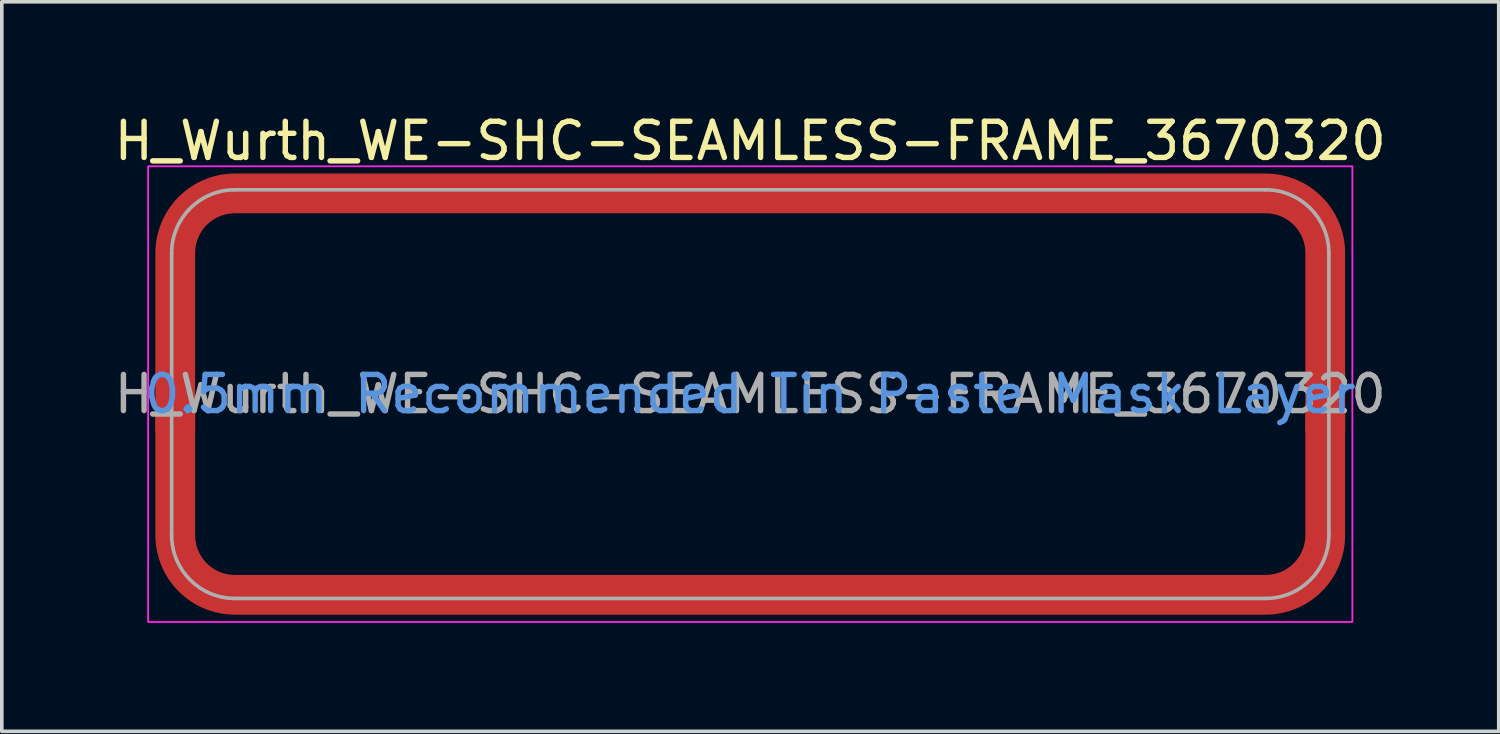
<source format=kicad_pcb>
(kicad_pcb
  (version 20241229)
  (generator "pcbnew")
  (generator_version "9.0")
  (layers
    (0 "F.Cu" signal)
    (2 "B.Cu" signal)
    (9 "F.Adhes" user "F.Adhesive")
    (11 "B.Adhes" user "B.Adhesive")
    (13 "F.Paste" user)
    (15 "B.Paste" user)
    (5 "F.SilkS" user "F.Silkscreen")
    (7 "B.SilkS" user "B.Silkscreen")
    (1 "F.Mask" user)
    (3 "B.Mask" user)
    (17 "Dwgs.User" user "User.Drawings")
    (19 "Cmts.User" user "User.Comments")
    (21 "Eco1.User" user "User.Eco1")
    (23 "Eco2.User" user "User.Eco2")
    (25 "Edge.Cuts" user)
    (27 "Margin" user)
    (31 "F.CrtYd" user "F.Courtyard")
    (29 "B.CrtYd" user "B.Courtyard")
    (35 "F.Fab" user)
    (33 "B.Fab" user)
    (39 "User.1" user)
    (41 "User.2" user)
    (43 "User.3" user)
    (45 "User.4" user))
  (footprint "H_Wurth_WE-SHC-SEAMLESS-FRAME_3670320"
    (layer "F.Cu")
    (at 17.696 7.848)
    (property "Reference" "H_Wurth_WE-SHC-SEAMLESS-FRAME_3670320" (at 0 -7 0) (unlocked yes) (layer "F.SilkS") (effects (font (size 1 1) (thickness 0.15))))
    (attr smd)
    (fp_poly (pts (xy 15.4 0.25) (xy 16.4 0.25) (xy 16.4 3.9) (xy 16.397 4.013) (xy 16.388 4.125) (xy 16.374 4.236) (xy 16.353 4.347) (xy 16.327 4.456) (xy 16.295 4.564) (xy 16.257 4.67) (xy 16.214 4.774) (xy 16.166 4.876) (xy 16.112 4.975) (xy 16.053 5.071) (xy 15.989 5.164) (xy 15.921 5.253) (xy 15.848 5.339) (xy 15.77 5.42) (xy 15.689 5.498) (xy 15.603 5.571) (xy 15.514 5.639) (xy 15.421 5.703) (xy 15.325 5.762) (xy 15.226 5.816) (xy 15.124 5.864) (xy 15.02 5.907) (xy 14.914 5.945) (xy 14.806 5.977) (xy 14.697 6.003) (xy 14.586 6.024) (xy 14.475 6.038) (xy 14.363 6.047) (xy 14.25 6.05) (xy -14.25 6.05) (xy -14.363 6.047) (xy -14.475 6.038) (xy -14.586 6.024) (xy -14.697 6.003) (xy -14.806 5.977) (xy -14.914 5.945) (xy -15.02 5.907) (xy -15.124 5.864) (xy -15.226 5.816) (xy -15.325 5.762) (xy -15.421 5.703) (xy -15.514 5.639) (xy -15.603 5.571) (xy -15.689 5.498) (xy -15.77 5.42) (xy -15.848 5.339) (xy -15.921 5.253) (xy -15.989 5.164) (xy -16.053 5.071) (xy -16.112 4.975) (xy -16.166 4.876) (xy -16.214 4.774) (xy -16.257 4.67) (xy -16.295 4.564) (xy -16.327 4.456) (xy -16.353 4.347) (xy -16.374 4.236) (xy -16.388 4.125) (xy -16.397 4.013) (xy -16.4 3.9) (xy -16.4 0.25) (xy -15.4 0.25) (xy -15.4 3.9) (xy -15.398 3.96) (xy -15.394 4.02) (xy -15.386 4.08) (xy -15.375 4.139) (xy -15.361 4.198) (xy -15.344 4.255) (xy -15.324 4.312) (xy -15.301 4.368) (xy -15.275 4.422) (xy -15.246 4.475) (xy -15.214 4.526) (xy -15.18 4.576) (xy -15.144 4.624) (xy -15.105 4.67) (xy -15.063 4.713) (xy -15.02 4.755) (xy -14.974 4.794) (xy -14.926 4.83) (xy -14.876 4.864) (xy -14.825 4.896) (xy -14.772 4.925) (xy -14.718 4.951) (xy -14.662 4.974) (xy -14.605 4.994) (xy -14.548 5.011) (xy -14.489 5.025) (xy -14.43 5.036) (xy -14.37 5.044) (xy -14.31 5.048) (xy -14.25 5.05) (xy 14.25 5.05) (xy 14.31 5.048) (xy 14.37 5.044) (xy 14.43 5.036) (xy 14.489 5.025) (xy 14.548 5.011) (xy 14.605 4.994) (xy 14.662 4.974) (xy 14.718 4.951) (xy 14.772 4.925) (xy 14.825 4.896) (xy 14.876 4.864) (xy 14.926 4.83) (xy 14.974 4.794) (xy 15.02 4.755) (xy 15.063 4.713) (xy 15.105 4.67) (xy 15.144 4.624) (xy 15.18 4.576) (xy 15.214 4.526) (xy 15.246 4.475) (xy 15.275 4.422) (xy 15.301 4.368) (xy 15.324 4.312) (xy 15.344 4.255) (xy 15.361 4.198) (xy 15.375 4.139) (xy 15.386 4.08) (xy 15.394 4.02) (xy 15.398 3.96) (xy 15.4 3.9) (xy 15.4 0.25)) (stroke (width 0.1) (type solid)) (fill yes) (layer "F.Cu"))
    (fp_poly (pts (xy 15.4 0.25) (xy 16.4 0.25) (xy 16.4 3.9) (xy 16.397 4.013) (xy 16.388 4.125) (xy 16.374 4.236) (xy 16.353 4.347) (xy 16.327 4.456) (xy 16.295 4.564) (xy 16.257 4.67) (xy 16.214 4.774) (xy 16.166 4.876) (xy 16.112 4.975) (xy 16.053 5.071) (xy 15.989 5.164) (xy 15.921 5.253) (xy 15.848 5.339) (xy 15.77 5.42) (xy 15.689 5.498) (xy 15.603 5.571) (xy 15.514 5.639) (xy 15.421 5.703) (xy 15.325 5.762) (xy 15.226 5.816) (xy 15.124 5.864) (xy 15.02 5.907) (xy 14.914 5.945) (xy 14.806 5.977) (xy 14.697 6.003) (xy 14.586 6.024) (xy 14.475 6.038) (xy 14.363 6.047) (xy 14.25 6.05) (xy -14.25 6.05) (xy -14.363 6.047) (xy -14.475 6.038) (xy -14.586 6.024) (xy -14.697 6.003) (xy -14.806 5.977) (xy -14.914 5.945) (xy -15.02 5.907) (xy -15.124 5.864) (xy -15.226 5.816) (xy -15.325 5.762) (xy -15.421 5.703) (xy -15.514 5.639) (xy -15.603 5.571) (xy -15.689 5.498) (xy -15.77 5.42) (xy -15.848 5.339) (xy -15.921 5.253) (xy -15.989 5.164) (xy -16.053 5.071) (xy -16.112 4.975) (xy -16.166 4.876) (xy -16.214 4.774) (xy -16.257 4.67) (xy -16.295 4.564) (xy -16.327 4.456) (xy -16.353 4.347) (xy -16.374 4.236) (xy -16.388 4.125) (xy -16.397 4.013) (xy -16.4 3.9) (xy -16.4 0.25) (xy -15.4 0.25) (xy -15.4 3.9) (xy -15.398 3.96) (xy -15.394 4.02) (xy -15.386 4.08) (xy -15.375 4.139) (xy -15.361 4.198) (xy -15.344 4.255) (xy -15.324 4.312) (xy -15.301 4.368) (xy -15.275 4.422) (xy -15.246 4.475) (xy -15.214 4.526) (xy -15.18 4.576) (xy -15.144 4.624) (xy -15.105 4.67) (xy -15.063 4.713) (xy -15.02 4.755) (xy -14.974 4.794) (xy -14.926 4.83) (xy -14.876 4.864) (xy -14.825 4.896) (xy -14.772 4.925) (xy -14.718 4.951) (xy -14.662 4.974) (xy -14.605 4.994) (xy -14.548 5.011) (xy -14.489 5.025) (xy -14.43 5.036) (xy -14.37 5.044) (xy -14.31 5.048) (xy -14.25 5.05) (xy 14.25 5.05) (xy 14.31 5.048) (xy 14.37 5.044) (xy 14.43 5.036) (xy 14.489 5.025) (xy 14.548 5.011) (xy 14.605 4.994) (xy 14.662 4.974) (xy 14.718 4.951) (xy 14.772 4.925) (xy 14.825 4.896) (xy 14.876 4.864) (xy 14.926 4.83) (xy 14.974 4.794) (xy 15.02 4.755) (xy 15.063 4.713) (xy 15.105 4.67) (xy 15.144 4.624) (xy 15.18 4.576) (xy 15.214 4.526) (xy 15.246 4.475) (xy 15.275 4.422) (xy 15.301 4.368) (xy 15.324 4.312) (xy 15.344 4.255) (xy 15.361 4.198) (xy 15.375 4.139) (xy 15.386 4.08) (xy 15.394 4.02) (xy 15.398 3.96) (xy 15.4 3.9) (xy 15.4 0.25)) (stroke (width 0.1) (type solid)) (fill yes) (layer "F.Mask"))
    (fp_poly (pts (xy 15.4 0.25) (xy 16.4 0.25) (xy 16.4 3.9) (xy 16.397 4.013) (xy 16.388 4.125) (xy 16.374 4.236) (xy 16.353 4.347) (xy 16.327 4.456) (xy 16.295 4.564) (xy 16.257 4.67) (xy 16.214 4.774) (xy 16.166 4.876) (xy 16.112 4.975) (xy 16.053 5.071) (xy 15.989 5.164) (xy 15.921 5.253) (xy 15.848 5.339) (xy 15.77 5.42) (xy 15.689 5.498) (xy 15.603 5.571) (xy 15.514 5.639) (xy 15.421 5.703) (xy 15.325 5.762) (xy 15.226 5.816) (xy 15.124 5.864) (xy 15.02 5.907) (xy 14.914 5.945) (xy 14.806 5.977) (xy 14.697 6.003) (xy 14.586 6.024) (xy 14.475 6.038) (xy 14.363 6.047) (xy 14.25 6.05) (xy -14.25 6.05) (xy -14.363 6.047) (xy -14.475 6.038) (xy -14.586 6.024) (xy -14.697 6.003) (xy -14.806 5.977) (xy -14.914 5.945) (xy -15.02 5.907) (xy -15.124 5.864) (xy -15.226 5.816) (xy -15.325 5.762) (xy -15.421 5.703) (xy -15.514 5.639) (xy -15.603 5.571) (xy -15.689 5.498) (xy -15.77 5.42) (xy -15.848 5.339) (xy -15.921 5.253) (xy -15.989 5.164) (xy -16.053 5.071) (xy -16.112 4.975) (xy -16.166 4.876) (xy -16.214 4.774) (xy -16.257 4.67) (xy -16.295 4.564) (xy -16.327 4.456) (xy -16.353 4.347) (xy -16.374 4.236) (xy -16.388 4.125) (xy -16.397 4.013) (xy -16.4 3.9) (xy -16.4 0.25) (xy -15.4 0.25) (xy -15.4 3.9) (xy -15.398 3.96) (xy -15.394 4.02) (xy -15.386 4.08) (xy -15.375 4.139) (xy -15.361 4.198) (xy -15.344 4.255) (xy -15.324 4.312) (xy -15.301 4.368) (xy -15.275 4.422) (xy -15.246 4.475) (xy -15.214 4.526) (xy -15.18 4.576) (xy -15.144 4.624) (xy -15.105 4.67) (xy -15.063 4.713) (xy -15.02 4.755) (xy -14.974 4.794) (xy -14.926 4.83) (xy -14.876 4.864) (xy -14.825 4.896) (xy -14.772 4.925) (xy -14.718 4.951) (xy -14.662 4.974) (xy -14.605 4.994) (xy -14.548 5.011) (xy -14.489 5.025) (xy -14.43 5.036) (xy -14.37 5.044) (xy -14.31 5.048) (xy -14.25 5.05) (xy 14.25 5.05) (xy 14.31 5.048) (xy 14.37 5.044) (xy 14.43 5.036) (xy 14.489 5.025) (xy 14.548 5.011) (xy 14.605 4.994) (xy 14.662 4.974) (xy 14.718 4.951) (xy 14.772 4.925) (xy 14.825 4.896) (xy 14.876 4.864) (xy 14.926 4.83) (xy 14.974 4.794) (xy 15.02 4.755) (xy 15.063 4.713) (xy 15.105 4.67) (xy 15.144 4.624) (xy 15.18 4.576) (xy 15.214 4.526) (xy 15.246 4.475) (xy 15.275 4.422) (xy 15.301 4.368) (xy 15.324 4.312) (xy 15.344 4.255) (xy 15.361 4.198) (xy 15.375 4.139) (xy 15.386 4.08) (xy 15.394 4.02) (xy 15.398 3.96) (xy 15.4 3.9) (xy 15.4 0.25)) (stroke (width 0.1) (type solid)) (fill yes) (layer "F.Paste"))
    (fp_rect (start -16.65 -6.3) (end 16.65 6.3) (stroke (width 0.05) (type solid)) (fill no) (layer "F.CrtYd"))
    (fp_line (start -16 3.9) (end -16 -3.9) (stroke (width 0.1) (type solid)) (layer "F.Fab"))
    (fp_line (start -14.25 -5.65) (end 14.25 -5.65) (stroke (width 0.1) (type solid)) (layer "F.Fab"))
    (fp_line (start -14.25 5.65) (end 14.25 5.65) (stroke (width 0.1) (type solid)) (layer "F.Fab"))
    (fp_line (start 16 3.9) (end 16 -3.9) (stroke (width 0.1) (type solid)) (layer "F.Fab"))
    (fp_arc (start -16 -3.9) (mid -15.487437 -5.137436) (end -14.250001 -5.649999) (stroke (width 0.1) (type default)) (layer "F.Fab"))
    (fp_arc (start -14.25 5.65) (mid -15.487437 5.137438) (end -16 3.900001) (stroke (width 0.1) (type default)) (layer "F.Fab"))
    (fp_arc (start 14.25 -5.65) (mid 15.487437 -5.137438) (end 16 -3.900001) (stroke (width 0.1) (type default)) (layer "F.Fab"))
    (fp_arc (start 16 3.9) (mid 15.487438 5.137437) (end 14.250001 5.65) (stroke (width 0.1) (type default)) (layer "F.Fab"))
    (fp_text user "0.5mm Recommended Tin Paste Mask Layer" (at 0 0 0) (unlocked yes) (layer "Cmts.User") (effects (font (size 1 1) (thickness 0.15))))
    (fp_text user "${REFERENCE}" (at 0 0 0) (unlocked yes) (layer "F.Fab") (effects (font (size 1 1) (thickness 0.15))))
    (pad "1" smd custom (at 15.9 0) (size 1 7.8) (layers "F.Cu" "F.Mask" "F.Paste") (options (anchor rect)) (primitives (gr_poly (pts (xy -31.3 1) (xy -32.3 1) (xy -32.3 -3.9) (xy -32.297 -4.013) (xy -32.288 -4.125) (xy -32.274 -4.236) (xy -32.253 -4.347) (xy -32.227 -4.456) (xy -32.195 -4.564) (xy -32.157 -4.67) (xy -32.114 -4.774) (xy -32.066 -4.876) (xy -32.012 -4.975) (xy -31.953 -5.071) (xy -31.889 -5.164) (xy -31.821 -5.253) (xy -31.748 -5.339) (xy -31.67 -5.42) (xy -31.589 -5.498) (xy -31.503 -5.571) (xy -31.414 -5.639) (xy -31.321 -5.703) (xy -31.225 -5.762) (xy -31.126 -5.816) (xy -31.024 -5.864) (xy -30.92 -5.907) (xy -30.814 -5.945) (xy -30.706 -5.977) (xy -30.597 -6.003) (xy -30.486 -6.024) (xy -30.375 -6.038) (xy -30.263 -6.047) (xy -30.15 -6.05) (xy -1.65 -6.05) (xy -1.537 -6.047) (xy -1.425 -6.038) (xy -1.314 -6.024) (xy -1.203 -6.003) (xy -1.094 -5.977) (xy -0.986 -5.945) (xy -0.88 -5.907) (xy -0.776 -5.864) (xy -0.674 -5.816) (xy -0.575 -5.762) (xy -0.479 -5.703) (xy -0.386 -5.639) (xy -0.297 -5.571) (xy -0.211 -5.498) (xy -0.13 -5.42) (xy -0.052 -5.339) (xy 0.021 -5.253) (xy 0.089 -5.164) (xy 0.153 -5.071) (xy 0.212 -4.975) (xy 0.266 -4.876) (xy 0.314 -4.774) (xy 0.357 -4.67) (xy 0.395 -4.564) (xy 0.427 -4.456) (xy 0.453 -4.347) (xy 0.474 -4.236) (xy 0.488 -4.125) (xy 0.497 -4.013) (xy 0.5 -3.9) (xy 0.5 1) (xy -0.5 1) (xy -0.5 -3.9) (xy -0.502 -3.96) (xy -0.506 -4.02) (xy -0.514 -4.08) (xy -0.525 -4.139) (xy -0.539 -4.198) (xy -0.556 -4.255) (xy -0.576 -4.312) (xy -0.599 -4.368) (xy -0.625 -4.422) (xy -0.654 -4.475) (xy -0.686 -4.526) (xy -0.72 -4.576) (xy -0.756 -4.624) (xy -0.795 -4.67) (xy -0.837 -4.713) (xy -0.88 -4.755) (xy -0.926 -4.794) (xy -0.974 -4.83) (xy -1.024 -4.864) (xy -1.075 -4.896) (xy -1.128 -4.925) (xy -1.182 -4.951) (xy -1.238 -4.974) (xy -1.295 -4.994) (xy -1.352 -5.011) (xy -1.411 -5.025) (xy -1.47 -5.036) (xy -1.53 -5.044) (xy -1.59 -5.048) (xy -1.65 -5.05) (xy -30.15 -5.05) (xy -30.21 -5.048) (xy -30.27 -5.044) (xy -30.33 -5.036) (xy -30.389 -5.025) (xy -30.448 -5.011) (xy -30.505 -4.994) (xy -30.562 -4.974) (xy -30.618 -4.951) (xy -30.672 -4.925) (xy -30.725 -4.896) (xy -30.776 -4.864) (xy -30.826 -4.83) (xy -30.874 -4.794) (xy -30.92 -4.755) (xy -30.963 -4.713) (xy -31.005 -4.67) (xy -31.044 -4.624) (xy -31.08 -4.576) (xy -31.114 -4.526) (xy -31.146 -4.475) (xy -31.175 -4.422) (xy -31.201 -4.368) (xy -31.224 -4.312) (xy -31.244 -4.255) (xy -31.261 -4.198) (xy -31.275 -4.139) (xy -31.286 -4.08) (xy -31.294 -4.02) (xy -31.298 -3.96) (xy -31.3 -3.9) (xy -31.3 1)) (width 0.1) (fill yes)))))
  (gr_rect
    (start -3 -3)
    (end 38.393 17.173)
    (stroke (width 0.1) (type default))
    (fill no)
    (layer "Edge.Cuts")))
</source>
